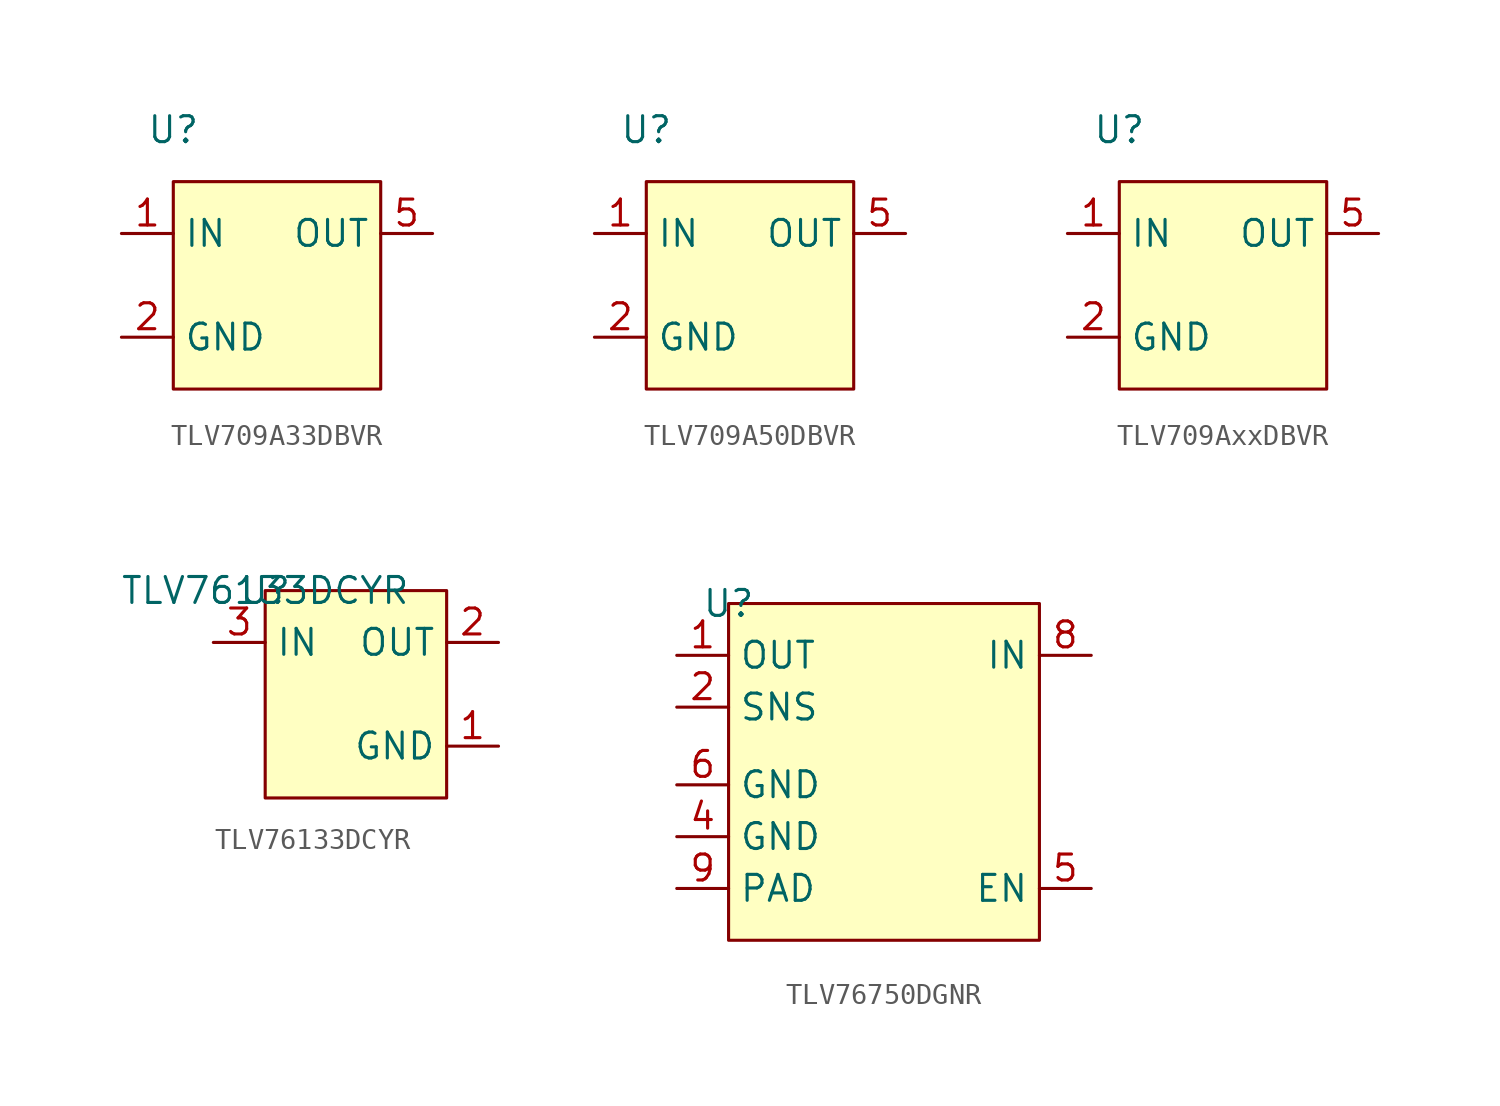
<source format=kicad_sym>
(kicad_symbol_lib
  (version 20220914)
  (generator kicad_symbol_editor)
  (symbol "TLV709A33DBVR"
    (property "Reference" "U"
      (at 0 2.54 0)
      (effects (font (size 1.27 1.27))))
    (property "Value" ""
      (at 0 0 0)
      (effects (font (size 1.27 1.27))))
    (symbol "TLV709A33DBVR_1_1"
      (rectangle (start 0 0) (end 10.16 -10.16) (stroke (width 0) (type default)) (fill (type background)))
      (pin power_in line (at -2.54 -2.54 0) (length 2.54) (name "IN" (effects (font (size 1.27 1.27)))) (number "1" (effects (font (size 1.27 1.27)))))
      (pin power_in line (at -2.54 -7.62 0) (length 2.54) (name "GND" (effects (font (size 1.27 1.27)))) (number "2" (effects (font (size 1.27 1.27)))))
      (pin no_connect non_logic (at 12.7 -7.62 180) (length 2.54) hide (name "NC" (effects (font (size 1.27 1.27)))) (number "3" (effects (font (size 1.27 1.27)))))
      (pin no_connect non_logic (at 12.7 -5.08 180) (length 2.54) hide (name "NC" (effects (font (size 1.27 1.27)))) (number "4" (effects (font (size 1.27 1.27)))))
      (pin power_out line (at 12.7 -2.54 180) (length 2.54) (name "OUT" (effects (font (size 1.27 1.27)))) (number "5" (effects (font (size 1.27 1.27)))))))
  (symbol "TLV709A50DBVR"
    (property "Reference" "U"
      (at 0 2.54 0)
      (effects (font (size 1.27 1.27))))
    (property "Value" ""
      (at 0 0 0)
      (effects (font (size 1.27 1.27))))
    (symbol "TLV709A50DBVR_1_1"
      (rectangle (start 0 0) (end 10.16 -10.16) (stroke (width 0) (type default)) (fill (type background)))
      (pin power_in line (at -2.54 -2.54 0) (length 2.54) (name "IN" (effects (font (size 1.27 1.27)))) (number "1" (effects (font (size 1.27 1.27)))))
      (pin power_in line (at -2.54 -7.62 0) (length 2.54) (name "GND" (effects (font (size 1.27 1.27)))) (number "2" (effects (font (size 1.27 1.27)))))
      (pin no_connect non_logic (at 12.7 -7.62 180) (length 2.54) hide (name "NC" (effects (font (size 1.27 1.27)))) (number "3" (effects (font (size 1.27 1.27)))))
      (pin no_connect non_logic (at 12.7 -5.08 180) (length 2.54) hide (name "NC" (effects (font (size 1.27 1.27)))) (number "4" (effects (font (size 1.27 1.27)))))
      (pin power_out line (at 12.7 -2.54 180) (length 2.54) (name "OUT" (effects (font (size 1.27 1.27)))) (number "5" (effects (font (size 1.27 1.27)))))))
  (symbol "TLV709AxxDBVR"
    (property "Reference" "U"
      (at 0 2.54 0)
      (effects (font (size 1.27 1.27))))
    (property "Value" ""
      (at 0 0 0)
      (effects (font (size 1.27 1.27))))
    (symbol "TLV709AxxDBVR_1_1"
      (rectangle (start 0 0) (end 10.16 -10.16) (stroke (width 0) (type default)) (fill (type background)))
      (pin power_in line (at -2.54 -2.54 0) (length 2.54) (name "IN" (effects (font (size 1.27 1.27)))) (number "1" (effects (font (size 1.27 1.27)))))
      (pin power_in line (at -2.54 -7.62 0) (length 2.54) (name "GND" (effects (font (size 1.27 1.27)))) (number "2" (effects (font (size 1.27 1.27)))))
      (pin no_connect non_logic (at 12.7 -7.62 180) (length 2.54) hide (name "NC" (effects (font (size 1.27 1.27)))) (number "3" (effects (font (size 1.27 1.27)))))
      (pin no_connect non_logic (at 12.7 -5.08 180) (length 2.54) hide (name "NC" (effects (font (size 1.27 1.27)))) (number "4" (effects (font (size 1.27 1.27)))))
      (pin power_out line (at 12.7 -2.54 180) (length 2.54) (name "OUT" (effects (font (size 1.27 1.27)))) (number "5" (effects (font (size 1.27 1.27)))))))
  (symbol "TLV76133DCYR"
    (property "Reference" "U"
      (at 0 0 0)
      (effects (font (size 1.27 1.27))))
    (property "Value" "TLV76133DCYR"
      (at 0 0 0)
      (effects (font (size 1.27 1.27))))
    (symbol "TLV76133DCYR_1_1"
      (rectangle (start 0 0) (end 8.89 -10.16) (stroke (width 0) (type default)) (fill (type background)))
      (pin power_in line (at 11.43 -7.62 180) (length 2.54) (name "GND" (effects (font (size 1.27 1.27)))) (number "1" (effects (font (size 1.27 1.27)))))
      (pin power_out line (at 11.43 -2.54 180) (length 2.54) (name "OUT" (effects (font (size 1.27 1.27)))) (number "2" (effects (font (size 1.27 1.27)))))
      (pin power_in line (at -2.54 -2.54 0) (length 2.54) (name "IN" (effects (font (size 1.27 1.27)))) (number "3" (effects (font (size 1.27 1.27)))))))
  (symbol "TLV76750DGNR"
    (property "Reference" "U"
      (at 0 0 0)
      (effects (font (size 1.27 1.27))))
    (property "Value" ""
      (at 0 0 0)
      (effects (font (size 1.27 1.27))))
    (symbol "TLV76750DGNR_1_1"
      (rectangle (start 0 0) (end 15.24 -16.51) (stroke (width 0) (type default)) (fill (type background)))
      (pin power_out line (at -2.54 -2.54 0) (length 2.54) (name "OUT" (effects (font (size 1.27 1.27)))) (number "1" (effects (font (size 1.27 1.27)))))
      (pin input line (at -2.54 -5.08 0) (length 2.54) (name "SNS" (effects (font (size 1.27 1.27)))) (number "2" (effects (font (size 1.27 1.27)))))
      (pin no_connect non_logic (at 17.78 -8.89 180) (length 2.54) hide (name "NC" (effects (font (size 1.27 1.27)))) (number "3" (effects (font (size 1.27 1.27)))))
      (pin power_in line (at -2.54 -11.43 0) (length 2.54) (name "GND" (effects (font (size 1.27 1.27)))) (number "4" (effects (font (size 1.27 1.27)))))
      (pin input line (at 17.78 -13.97 180) (length 2.54) (name "EN" (effects (font (size 1.27 1.27)))) (number "5" (effects (font (size 1.27 1.27)))))
      (pin power_in line (at -2.54 -8.89 0) (length 2.54) (name "GND" (effects (font (size 1.27 1.27)))) (number "6" (effects (font (size 1.27 1.27)))))
      (pin no_connect non_logic (at 17.78 -11.43 180) (length 2.54) hide (name "NC" (effects (font (size 1.27 1.27)))) (number "7" (effects (font (size 1.27 1.27)))))
      (pin power_in line (at 17.78 -2.54 180) (length 2.54) (name "IN" (effects (font (size 1.27 1.27)))) (number "8" (effects (font (size 1.27 1.27)))))
      (pin power_in line (at -2.54 -13.97 0) (length 2.54) (name "PAD" (effects (font (size 1.27 1.27)))) (number "9" (effects (font (size 1.27 1.27))))))))
</source>
